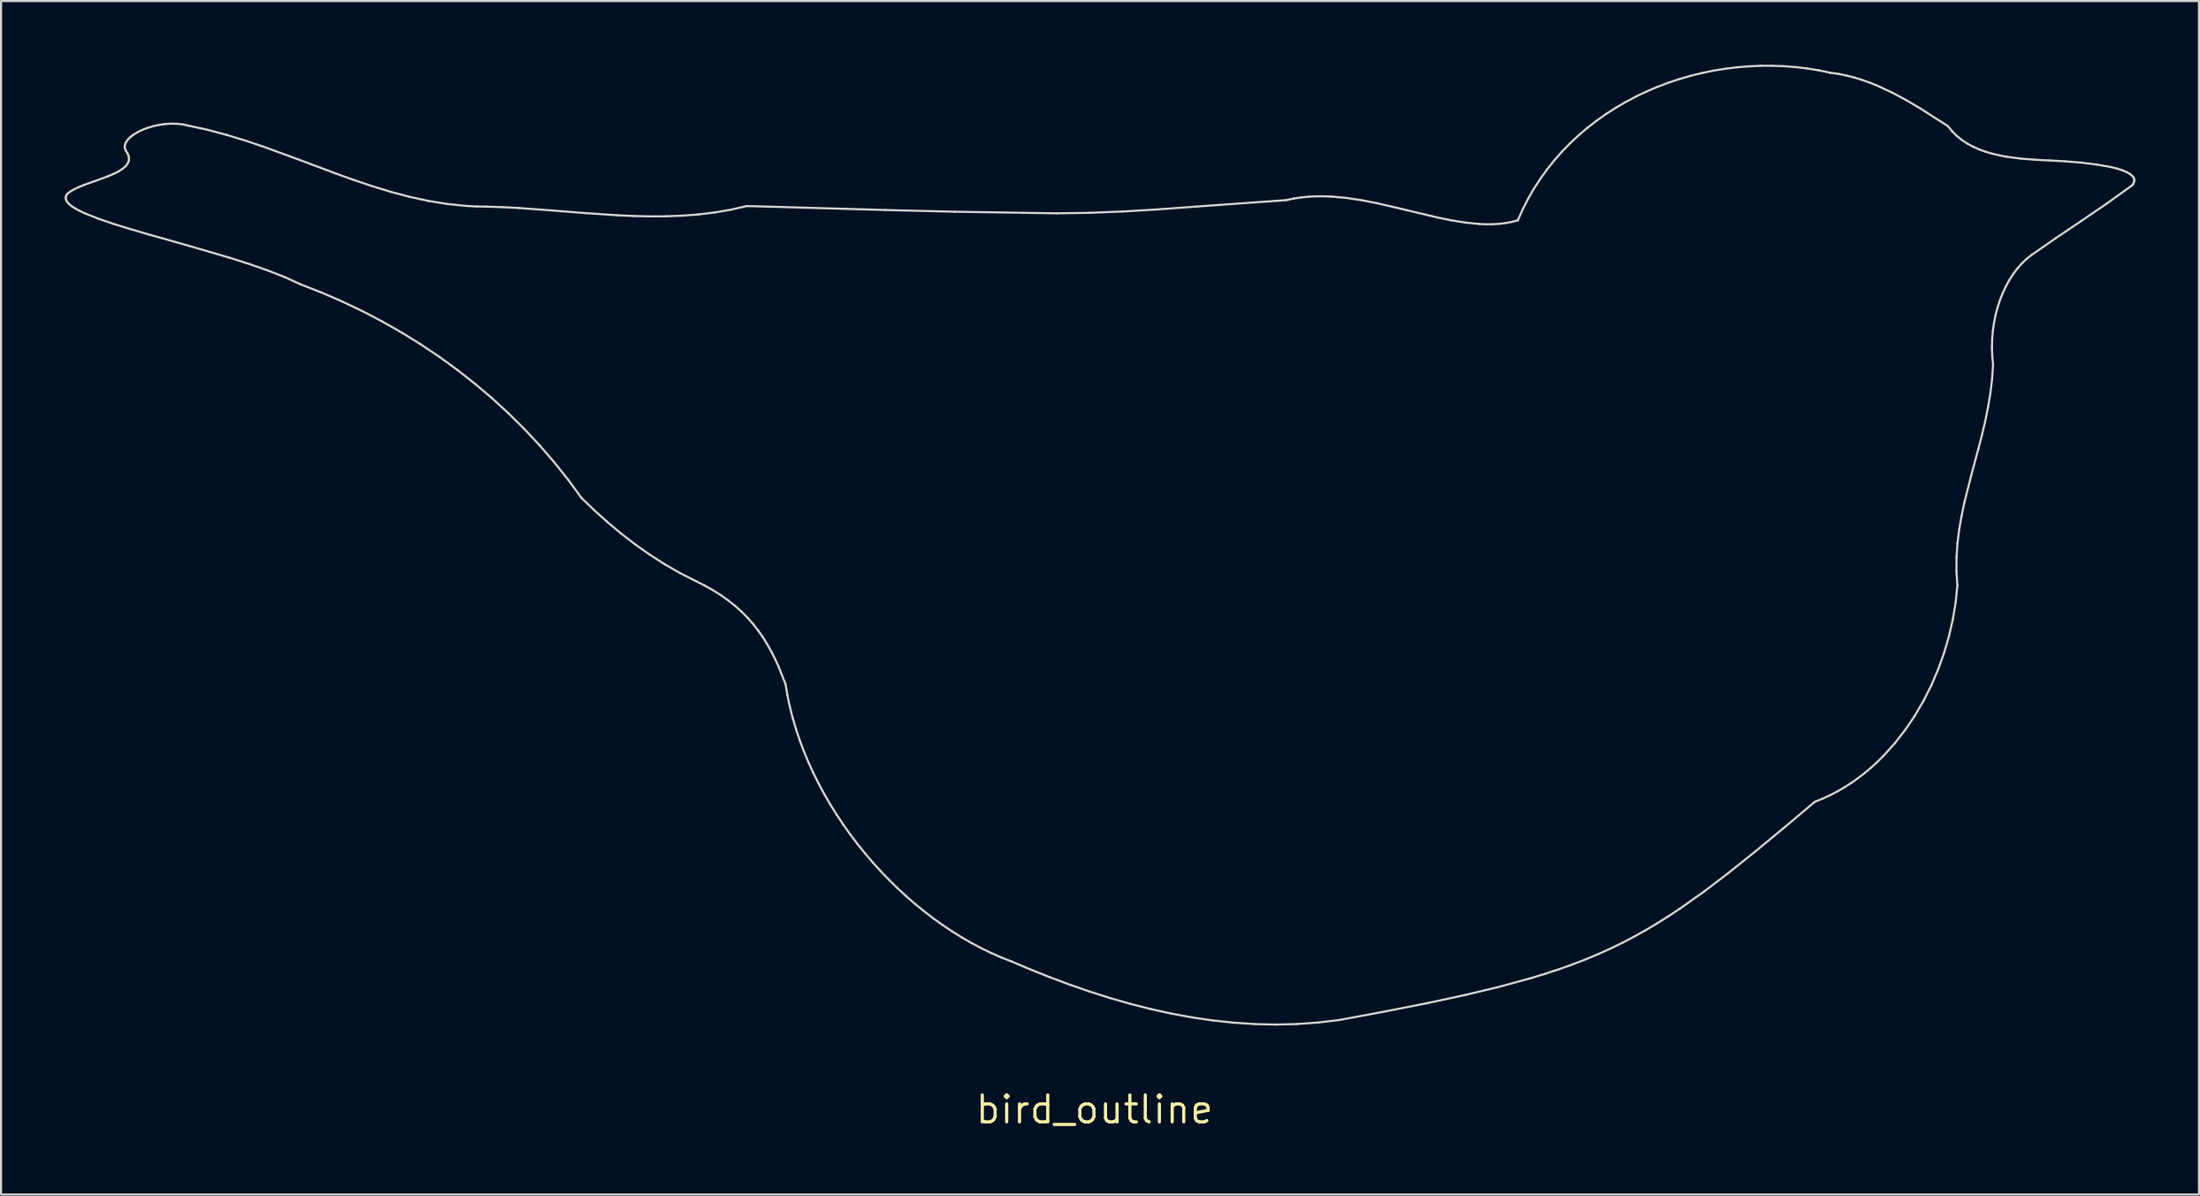
<source format=kicad_pcb>
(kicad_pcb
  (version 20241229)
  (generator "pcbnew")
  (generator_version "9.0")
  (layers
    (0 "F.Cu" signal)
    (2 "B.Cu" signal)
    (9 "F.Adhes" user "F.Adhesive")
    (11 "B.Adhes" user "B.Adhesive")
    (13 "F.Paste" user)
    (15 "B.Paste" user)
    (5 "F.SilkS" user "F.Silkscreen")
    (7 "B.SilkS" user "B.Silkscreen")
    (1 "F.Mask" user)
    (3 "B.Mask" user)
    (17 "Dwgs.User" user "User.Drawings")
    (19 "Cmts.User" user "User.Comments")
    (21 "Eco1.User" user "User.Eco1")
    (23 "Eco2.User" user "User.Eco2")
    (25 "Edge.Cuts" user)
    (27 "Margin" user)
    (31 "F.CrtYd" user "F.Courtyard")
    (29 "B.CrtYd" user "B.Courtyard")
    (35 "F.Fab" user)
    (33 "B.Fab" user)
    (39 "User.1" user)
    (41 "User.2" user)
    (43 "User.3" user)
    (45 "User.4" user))
  (footprint "bird_outline"
    (layer "F.Cu")
    (at 48.536 49.259)
    (property "Reference" "bird_outline" (at 0 0 0) (layer "F.SilkS") (effects (font (size 1.27 1.27) (thickness 0.15))))
    (attr through_hole)
    (fp_line (start -48.486 -42.932) (end -48.439 -42.819) (stroke (width 0.1) (type solid)) (layer "Edge.Cuts"))
    (fp_line (start -48.484 -43.044) (end -48.486 -42.932) (stroke (width 0.1) (type solid)) (layer "Edge.Cuts"))
    (fp_line (start -48.439 -42.819) (end -48.346 -42.706) (stroke (width 0.1) (type solid)) (layer "Edge.Cuts"))
    (fp_line (start -48.43 -43.155) (end -48.484 -43.044) (stroke (width 0.1) (type solid)) (layer "Edge.Cuts"))
    (fp_line (start -48.346 -42.706) (end -48.21 -42.591) (stroke (width 0.1) (type solid)) (layer "Edge.Cuts"))
    (fp_line (start -48.283 -43.274) (end -48.43 -43.155) (stroke (width 0.1) (type solid)) (layer "Edge.Cuts"))
    (fp_line (start -48.21 -42.591) (end -48.032 -42.476) (stroke (width 0.1) (type solid)) (layer "Edge.Cuts"))
    (fp_line (start -48.092 -43.386) (end -48.283 -43.274) (stroke (width 0.1) (type solid)) (layer "Edge.Cuts"))
    (fp_line (start -48.032 -42.476) (end -47.816 -42.359) (stroke (width 0.1) (type solid)) (layer "Edge.Cuts"))
    (fp_line (start -47.865 -43.492) (end -48.092 -43.386) (stroke (width 0.1) (type solid)) (layer "Edge.Cuts"))
    (fp_line (start -47.816 -42.359) (end -47.565 -42.242) (stroke (width 0.1) (type solid)) (layer "Edge.Cuts"))
    (fp_line (start -47.611 -43.594) (end -47.865 -43.492) (stroke (width 0.1) (type solid)) (layer "Edge.Cuts"))
    (fp_line (start -47.565 -42.242) (end -46.964 -42.003) (stroke (width 0.1) (type solid)) (layer "Edge.Cuts"))
    (fp_line (start -47.056 -43.793) (end -47.611 -43.594) (stroke (width 0.1) (type solid)) (layer "Edge.Cuts"))
    (fp_line (start -46.964 -42.003) (end -46.25 -41.759) (stroke (width 0.1) (type solid)) (layer "Edge.Cuts"))
    (fp_line (start -46.499 -43.998) (end -47.056 -43.793) (stroke (width 0.1) (type solid)) (layer "Edge.Cuts"))
    (fp_line (start -46.25 -41.759) (end -45.444 -41.509) (stroke (width 0.1) (type solid)) (layer "Edge.Cuts"))
    (fp_line (start -46.241 -44.107) (end -46.499 -43.998) (stroke (width 0.1) (type solid)) (layer "Edge.Cuts"))
    (fp_line (start -46.008 -44.224) (end -46.241 -44.107) (stroke (width 0.1) (type solid)) (layer "Edge.Cuts"))
    (fp_line (start -45.81 -44.349) (end -46.008 -44.224) (stroke (width 0.1) (type solid)) (layer "Edge.Cuts"))
    (fp_line (start -45.706 -45.437) (end -45.698 -45.304) (stroke (width 0.1) (type solid)) (layer "Edge.Cuts"))
    (fp_line (start -45.698 -45.304) (end -45.637 -45.174) (stroke (width 0.1) (type solid)) (layer "Edge.Cuts"))
    (fp_line (start -45.665 -45.572) (end -45.706 -45.437) (stroke (width 0.1) (type solid)) (layer "Edge.Cuts"))
    (fp_line (start -45.654 -44.485) (end -45.81 -44.349) (stroke (width 0.1) (type solid)) (layer "Edge.Cuts"))
    (fp_line (start -45.637 -45.174) (end -45.575 -45.073) (stroke (width 0.1) (type solid)) (layer "Edge.Cuts"))
    (fp_line (start -45.58 -45.705) (end -45.665 -45.572) (stroke (width 0.1) (type solid)) (layer "Edge.Cuts"))
    (fp_line (start -45.575 -45.073) (end -45.533 -44.977) (stroke (width 0.1) (type solid)) (layer "Edge.Cuts"))
    (fp_line (start -45.551 -44.634) (end -45.654 -44.485) (stroke (width 0.1) (type solid)) (layer "Edge.Cuts"))
    (fp_line (start -45.533 -44.977) (end -45.511 -44.885) (stroke (width 0.1) (type solid)) (layer "Edge.Cuts"))
    (fp_line (start -45.521 -44.714) (end -45.551 -44.634) (stroke (width 0.1) (type solid)) (layer "Edge.Cuts"))
    (fp_line (start -45.511 -44.885) (end -45.507 -44.797) (stroke (width 0.1) (type solid)) (layer "Edge.Cuts"))
    (fp_line (start -45.507 -44.797) (end -45.521 -44.714) (stroke (width 0.1) (type solid)) (layer "Edge.Cuts"))
    (fp_line (start -45.455 -45.836) (end -45.58 -45.705) (stroke (width 0.1) (type solid)) (layer "Edge.Cuts"))
    (fp_line (start -45.444 -41.509) (end -44.566 -41.253) (stroke (width 0.1) (type solid)) (layer "Edge.Cuts"))
    (fp_line (start -45.295 -45.96) (end -45.455 -45.836) (stroke (width 0.1) (type solid)) (layer "Edge.Cuts"))
    (fp_line (start -45.103 -46.077) (end -45.295 -45.96) (stroke (width 0.1) (type solid)) (layer "Edge.Cuts"))
    (fp_line (start -44.884 -46.183) (end -45.103 -46.077) (stroke (width 0.1) (type solid)) (layer "Edge.Cuts"))
    (fp_line (start -44.643 -46.277) (end -44.884 -46.183) (stroke (width 0.1) (type solid)) (layer "Edge.Cuts"))
    (fp_line (start -44.566 -41.253) (end -42.677 -40.718) (stroke (width 0.1) (type solid)) (layer "Edge.Cuts"))
    (fp_line (start -44.384 -46.355) (end -44.643 -46.277) (stroke (width 0.1) (type solid)) (layer "Edge.Cuts"))
    (fp_line (start -44.111 -46.417) (end -44.384 -46.355) (stroke (width 0.1) (type solid)) (layer "Edge.Cuts"))
    (fp_line (start -43.829 -46.459) (end -44.111 -46.417) (stroke (width 0.1) (type solid)) (layer "Edge.Cuts"))
    (fp_line (start -43.541 -46.478) (end -43.829 -46.459) (stroke (width 0.1) (type solid)) (layer "Edge.Cuts"))
    (fp_line (start -43.254 -46.474) (end -43.541 -46.478) (stroke (width 0.1) (type solid)) (layer "Edge.Cuts"))
    (fp_line (start -42.97 -46.443) (end -43.254 -46.474) (stroke (width 0.1) (type solid)) (layer "Edge.Cuts"))
    (fp_line (start -42.694 -46.383) (end -42.97 -46.443) (stroke (width 0.1) (type solid)) (layer "Edge.Cuts"))
    (fp_line (start -42.677 -40.718) (end -40.746 -40.152) (stroke (width 0.1) (type solid)) (layer "Edge.Cuts"))
    (fp_line (start -41.799 -46.188) (end -42.694 -46.383) (stroke (width 0.1) (type solid)) (layer "Edge.Cuts"))
    (fp_line (start -40.916 -45.953) (end -41.799 -46.188) (stroke (width 0.1) (type solid)) (layer "Edge.Cuts"))
    (fp_line (start -40.746 -40.152) (end -39.817 -39.855) (stroke (width 0.1) (type solid)) (layer "Edge.Cuts"))
    (fp_line (start -40.043 -45.687) (end -40.916 -45.953) (stroke (width 0.1) (type solid)) (layer "Edge.Cuts"))
    (fp_line (start -39.817 -39.855) (end -38.938 -39.548) (stroke (width 0.1) (type solid)) (layer "Edge.Cuts"))
    (fp_line (start -39.177 -45.396) (end -40.043 -45.687) (stroke (width 0.1) (type solid)) (layer "Edge.Cuts"))
    (fp_line (start -38.938 -39.548) (end -38.132 -39.23) (stroke (width 0.1) (type solid)) (layer "Edge.Cuts"))
    (fp_line (start -38.132 -39.23) (end -37.418 -38.902) (stroke (width 0.1) (type solid)) (layer "Edge.Cuts"))
    (fp_line (start -37.462 -44.768) (end -39.177 -45.396) (stroke (width 0.1) (type solid)) (layer "Edge.Cuts"))
    (fp_line (start -37.418 -38.902) (end -36.431 -38.517) (stroke (width 0.1) (type solid)) (layer "Edge.Cuts"))
    (fp_line (start -36.431 -38.517) (end -35.46 -38.096) (stroke (width 0.1) (type solid)) (layer "Edge.Cuts"))
    (fp_line (start -35.753 -44.126) (end -37.462 -44.768) (stroke (width 0.1) (type solid)) (layer "Edge.Cuts"))
    (fp_line (start -35.46 -38.096) (end -34.506 -37.641) (stroke (width 0.1) (type solid)) (layer "Edge.Cuts"))
    (fp_line (start -34.896 -43.819) (end -35.753 -44.126) (stroke (width 0.1) (type solid)) (layer "Edge.Cuts"))
    (fp_line (start -34.506 -37.641) (end -33.57 -37.152) (stroke (width 0.1) (type solid)) (layer "Edge.Cuts"))
    (fp_line (start -34.035 -43.529) (end -34.896 -43.819) (stroke (width 0.1) (type solid)) (layer "Edge.Cuts"))
    (fp_line (start -33.57 -37.152) (end -32.653 -36.63) (stroke (width 0.1) (type solid)) (layer "Edge.Cuts"))
    (fp_line (start -33.166 -43.264) (end -34.035 -43.529) (stroke (width 0.1) (type solid)) (layer "Edge.Cuts"))
    (fp_line (start -32.653 -36.63) (end -31.757 -36.075) (stroke (width 0.1) (type solid)) (layer "Edge.Cuts"))
    (fp_line (start -32.29 -43.031) (end -33.166 -43.264) (stroke (width 0.1) (type solid)) (layer "Edge.Cuts"))
    (fp_line (start -31.757 -36.075) (end -30.882 -35.488) (stroke (width 0.1) (type solid)) (layer "Edge.Cuts"))
    (fp_line (start -31.402 -42.838) (end -32.29 -43.031) (stroke (width 0.1) (type solid)) (layer "Edge.Cuts"))
    (fp_line (start -30.882 -35.488) (end -30.03 -34.869) (stroke (width 0.1) (type solid)) (layer "Edge.Cuts"))
    (fp_line (start -30.502 -42.692) (end -31.402 -42.838) (stroke (width 0.1) (type solid)) (layer "Edge.Cuts"))
    (fp_line (start -30.03 -34.869) (end -29.203 -34.218) (stroke (width 0.1) (type solid)) (layer "Edge.Cuts"))
    (fp_line (start -29.587 -42.599) (end -30.502 -42.692) (stroke (width 0.1) (type solid)) (layer "Edge.Cuts"))
    (fp_line (start -29.203 -34.218) (end -28.4 -33.537) (stroke (width 0.1) (type solid)) (layer "Edge.Cuts"))
    (fp_line (start -29.123 -42.575) (end -29.587 -42.599) (stroke (width 0.1) (type solid)) (layer "Edge.Cuts"))
    (fp_line (start -28.655 -42.567) (end -29.123 -42.575) (stroke (width 0.1) (type solid)) (layer "Edge.Cuts"))
    (fp_line (start -28.4 -33.537) (end -27.623 -32.826) (stroke (width 0.1) (type solid)) (layer "Edge.Cuts"))
    (fp_line (start -27.89 -42.542) (end -28.655 -42.567) (stroke (width 0.1) (type solid)) (layer "Edge.Cuts"))
    (fp_line (start -27.623 -32.826) (end -26.875 -32.085) (stroke (width 0.1) (type solid)) (layer "Edge.Cuts"))
    (fp_line (start -27.122 -42.501) (end -27.89 -42.542) (stroke (width 0.1) (type solid)) (layer "Edge.Cuts"))
    (fp_line (start -26.875 -32.085) (end -26.155 -31.314) (stroke (width 0.1) (type solid)) (layer "Edge.Cuts"))
    (fp_line (start -26.155 -31.314) (end -25.465 -30.515) (stroke (width 0.1) (type solid)) (layer "Edge.Cuts"))
    (fp_line (start -25.581 -42.389) (end -27.122 -42.501) (stroke (width 0.1) (type solid)) (layer "Edge.Cuts"))
    (fp_line (start -25.465 -30.515) (end -24.806 -29.688) (stroke (width 0.1) (type solid)) (layer "Edge.Cuts"))
    (fp_line (start -24.806 -29.688) (end -24.18 -28.833) (stroke (width 0.1) (type solid)) (layer "Edge.Cuts"))
    (fp_line (start -24.18 -28.833) (end -23.582 -28.257) (stroke (width 0.1) (type solid)) (layer "Edge.Cuts"))
    (fp_line (start -24.037 -42.265) (end -25.581 -42.389) (stroke (width 0.1) (type solid)) (layer "Edge.Cuts"))
    (fp_line (start -23.582 -28.257) (end -22.962 -27.698) (stroke (width 0.1) (type solid)) (layer "Edge.Cuts"))
    (fp_line (start -22.962 -27.698) (end -22.318 -27.16) (stroke (width 0.1) (type solid)) (layer "Edge.Cuts"))
    (fp_line (start -22.493 -42.16) (end -24.037 -42.265) (stroke (width 0.1) (type solid)) (layer "Edge.Cuts"))
    (fp_line (start -22.318 -27.16) (end -21.653 -26.646) (stroke (width 0.1) (type solid)) (layer "Edge.Cuts"))
    (fp_line (start -21.722 -42.125) (end -22.493 -42.16) (stroke (width 0.1) (type solid)) (layer "Edge.Cuts"))
    (fp_line (start -21.653 -26.646) (end -20.967 -26.161) (stroke (width 0.1) (type solid)) (layer "Edge.Cuts"))
    (fp_line (start -20.967 -26.161) (end -20.262 -25.709) (stroke (width 0.1) (type solid)) (layer "Edge.Cuts"))
    (fp_line (start -20.953 -42.108) (end -21.722 -42.125) (stroke (width 0.1) (type solid)) (layer "Edge.Cuts"))
    (fp_line (start -20.262 -25.709) (end -19.539 -25.293) (stroke (width 0.1) (type solid)) (layer "Edge.Cuts"))
    (fp_line (start -20.186 -42.112) (end -20.953 -42.108) (stroke (width 0.1) (type solid)) (layer "Edge.Cuts"))
    (fp_line (start -19.539 -25.293) (end -18.798 -24.917) (stroke (width 0.1) (type solid)) (layer "Edge.Cuts"))
    (fp_line (start -19.421 -42.141) (end -20.186 -42.112) (stroke (width 0.1) (type solid)) (layer "Edge.Cuts"))
    (fp_line (start -18.798 -24.917) (end -18.369 -24.701) (stroke (width 0.1) (type solid)) (layer "Edge.Cuts"))
    (fp_line (start -18.659 -42.2) (end -19.421 -42.141) (stroke (width 0.1) (type solid)) (layer "Edge.Cuts"))
    (fp_line (start -18.369 -24.701) (end -17.968 -24.475) (stroke (width 0.1) (type solid)) (layer "Edge.Cuts"))
    (fp_line (start -17.968 -24.475) (end -17.595 -24.239) (stroke (width 0.1) (type solid)) (layer "Edge.Cuts"))
    (fp_line (start -17.9 -42.293) (end -18.659 -42.2) (stroke (width 0.1) (type solid)) (layer "Edge.Cuts"))
    (fp_line (start -17.595 -24.239) (end -17.248 -23.991) (stroke (width 0.1) (type solid)) (layer "Edge.Cuts"))
    (fp_line (start -17.248 -23.991) (end -16.925 -23.732) (stroke (width 0.1) (type solid)) (layer "Edge.Cuts"))
    (fp_line (start -17.146 -42.423) (end -17.9 -42.293) (stroke (width 0.1) (type solid)) (layer "Edge.Cuts"))
    (fp_line (start -16.925 -23.732) (end -16.626 -23.462) (stroke (width 0.1) (type solid)) (layer "Edge.Cuts"))
    (fp_line (start -16.626 -23.462) (end -16.348 -23.18) (stroke (width 0.1) (type solid)) (layer "Edge.Cuts"))
    (fp_line (start -16.395 -42.595) (end -17.146 -42.423) (stroke (width 0.1) (type solid)) (layer "Edge.Cuts"))
    (fp_line (start -16.348 -23.18) (end -16.09 -22.886) (stroke (width 0.1) (type solid)) (layer "Edge.Cuts"))
    (fp_line (start -16.09 -22.886) (end -15.851 -22.579) (stroke (width 0.1) (type solid)) (layer "Edge.Cuts"))
    (fp_line (start -15.851 -22.579) (end -15.628 -22.259) (stroke (width 0.1) (type solid)) (layer "Edge.Cuts"))
    (fp_line (start -15.628 -22.259) (end -15.421 -21.927) (stroke (width 0.1) (type solid)) (layer "Edge.Cuts"))
    (fp_line (start -15.421 -21.927) (end -15.229 -21.581) (stroke (width 0.1) (type solid)) (layer "Edge.Cuts"))
    (fp_line (start -15.229 -21.581) (end -15.048 -21.221) (stroke (width 0.1) (type solid)) (layer "Edge.Cuts"))
    (fp_line (start -15.048 -21.221) (end -14.879 -20.848) (stroke (width 0.1) (type solid)) (layer "Edge.Cuts"))
    (fp_line (start -14.879 -20.848) (end -14.566 -20.059) (stroke (width 0.1) (type solid)) (layer "Edge.Cuts"))
    (fp_line (start -14.566 -20.059) (end -14.475 -19.523) (stroke (width 0.1) (type solid)) (layer "Edge.Cuts"))
    (fp_line (start -14.475 -19.523) (end -14.361 -18.99) (stroke (width 0.1) (type solid)) (layer "Edge.Cuts"))
    (fp_line (start -14.361 -18.99) (end -14.227 -18.459) (stroke (width 0.1) (type solid)) (layer "Edge.Cuts"))
    (fp_line (start -14.227 -18.459) (end -14.071 -17.931) (stroke (width 0.1) (type solid)) (layer "Edge.Cuts"))
    (fp_line (start -14.071 -17.931) (end -13.895 -17.407) (stroke (width 0.1) (type solid)) (layer "Edge.Cuts"))
    (fp_line (start -13.895 -17.407) (end -13.7 -16.888) (stroke (width 0.1) (type solid)) (layer "Edge.Cuts"))
    (fp_line (start -13.7 -16.888) (end -13.486 -16.374) (stroke (width 0.1) (type solid)) (layer "Edge.Cuts"))
    (fp_line (start -13.486 -16.374) (end -13.254 -15.866) (stroke (width 0.1) (type solid)) (layer "Edge.Cuts"))
    (fp_line (start -13.254 -15.866) (end -13.004 -15.364) (stroke (width 0.1) (type solid)) (layer "Edge.Cuts"))
    (fp_line (start -13.004 -15.364) (end -12.737 -14.868) (stroke (width 0.1) (type solid)) (layer "Edge.Cuts"))
    (fp_line (start -12.737 -14.868) (end -12.454 -14.381) (stroke (width 0.1) (type solid)) (layer "Edge.Cuts"))
    (fp_line (start -12.454 -14.381) (end -12.156 -13.902) (stroke (width 0.1) (type solid)) (layer "Edge.Cuts"))
    (fp_line (start -12.156 -13.902) (end -11.842 -13.431) (stroke (width 0.1) (type solid)) (layer "Edge.Cuts"))
    (fp_line (start -11.842 -13.431) (end -11.515 -12.97) (stroke (width 0.1) (type solid)) (layer "Edge.Cuts"))
    (fp_line (start -11.515 -12.97) (end -11.174 -12.519) (stroke (width 0.1) (type solid)) (layer "Edge.Cuts"))
    (fp_line (start -11.174 -12.519) (end -10.819 -12.079) (stroke (width 0.1) (type solid)) (layer "Edge.Cuts"))
    (fp_line (start -10.819 -12.079) (end -10.453 -11.649) (stroke (width 0.1) (type solid)) (layer "Edge.Cuts"))
    (fp_line (start -10.453 -11.649) (end -10.075 -11.232) (stroke (width 0.1) (type solid)) (layer "Edge.Cuts"))
    (fp_line (start -10.075 -11.232) (end -9.686 -10.828) (stroke (width 0.1) (type solid)) (layer "Edge.Cuts"))
    (fp_line (start -9.861 -42.409) (end -16.395 -42.595) (stroke (width 0.1) (type solid)) (layer "Edge.Cuts"))
    (fp_line (start -9.686 -10.828) (end -9.287 -10.436) (stroke (width 0.1) (type solid)) (layer "Edge.Cuts"))
    (fp_line (start -9.287 -10.436) (end -8.878 -10.058) (stroke (width 0.1) (type solid)) (layer "Edge.Cuts"))
    (fp_line (start -8.878 -10.058) (end -8.46 -9.695) (stroke (width 0.1) (type solid)) (layer "Edge.Cuts"))
    (fp_line (start -8.46 -9.695) (end -8.033 -9.346) (stroke (width 0.1) (type solid)) (layer "Edge.Cuts"))
    (fp_line (start -8.033 -9.346) (end -7.599 -9.013) (stroke (width 0.1) (type solid)) (layer "Edge.Cuts"))
    (fp_line (start -7.599 -9.013) (end -7.158 -8.697) (stroke (width 0.1) (type solid)) (layer "Edge.Cuts"))
    (fp_line (start -7.158 -8.697) (end -6.71 -8.397) (stroke (width 0.1) (type solid)) (layer "Edge.Cuts"))
    (fp_line (start -6.71 -8.397) (end -6.256 -8.115) (stroke (width 0.1) (type solid)) (layer "Edge.Cuts"))
    (fp_line (start -6.596 -42.328) (end -9.861 -42.409) (stroke (width 0.1) (type solid)) (layer "Edge.Cuts"))
    (fp_line (start -6.256 -8.115) (end -5.798 -7.85) (stroke (width 0.1) (type solid)) (layer "Edge.Cuts"))
    (fp_line (start -5.798 -7.85) (end -5.335 -7.605) (stroke (width 0.1) (type solid)) (layer "Edge.Cuts"))
    (fp_line (start -5.335 -7.605) (end -4.868 -7.379) (stroke (width 0.1) (type solid)) (layer "Edge.Cuts"))
    (fp_line (start -4.868 -7.379) (end -4.398 -7.172) (stroke (width 0.1) (type solid)) (layer "Edge.Cuts"))
    (fp_line (start -4.398 -7.172) (end -3.926 -6.986) (stroke (width 0.1) (type solid)) (layer "Edge.Cuts"))
    (fp_line (start -3.926 -6.986) (end -3.011 -6.6) (stroke (width 0.1) (type solid)) (layer "Edge.Cuts"))
    (fp_line (start -3.331 -42.277) (end -6.596 -42.328) (stroke (width 0.1) (type solid)) (layer "Edge.Cuts"))
    (fp_line (start -3.011 -6.6) (end -2.087 -6.231) (stroke (width 0.1) (type solid)) (layer "Edge.Cuts"))
    (fp_line (start -2.087 -6.231) (end -1.155 -5.883) (stroke (width 0.1) (type solid)) (layer "Edge.Cuts"))
    (fp_line (start -1.785 -42.252) (end -3.331 -42.277) (stroke (width 0.1) (type solid)) (layer "Edge.Cuts"))
    (fp_line (start -1.155 -5.883) (end -0.214 -5.557) (stroke (width 0.1) (type solid)) (layer "Edge.Cuts"))
    (fp_line (start -0.24 -42.276) (end -1.785 -42.252) (stroke (width 0.1) (type solid)) (layer "Edge.Cuts"))
    (fp_line (start -0.214 -5.557) (end 0.734 -5.256) (stroke (width 0.1) (type solid)) (layer "Edge.Cuts"))
    (fp_line (start 0.734 -5.256) (end 1.689 -4.982) (stroke (width 0.1) (type solid)) (layer "Edge.Cuts"))
    (fp_line (start 1.304 -42.338) (end -0.24 -42.276) (stroke (width 0.1) (type solid)) (layer "Edge.Cuts"))
    (fp_line (start 1.689 -4.982) (end 2.651 -4.737) (stroke (width 0.1) (type solid)) (layer "Edge.Cuts"))
    (fp_line (start 2.651 -4.737) (end 3.618 -4.524) (stroke (width 0.1) (type solid)) (layer "Edge.Cuts"))
    (fp_line (start 2.848 -42.428) (end 1.304 -42.338) (stroke (width 0.1) (type solid)) (layer "Edge.Cuts"))
    (fp_line (start 3.618 -4.524) (end 4.591 -4.345) (stroke (width 0.1) (type solid)) (layer "Edge.Cuts"))
    (fp_line (start 4.591 -4.345) (end 5.57 -4.201) (stroke (width 0.1) (type solid)) (layer "Edge.Cuts"))
    (fp_line (start 5.57 -4.201) (end 6.553 -4.096) (stroke (width 0.1) (type solid)) (layer "Edge.Cuts"))
    (fp_line (start 5.941 -42.654) (end 2.848 -42.428) (stroke (width 0.1) (type solid)) (layer "Edge.Cuts"))
    (fp_line (start 6.553 -4.096) (end 7.539 -4.03) (stroke (width 0.1) (type solid)) (layer "Edge.Cuts"))
    (fp_line (start 7.539 -4.03) (end 8.53 -4.008) (stroke (width 0.1) (type solid)) (layer "Edge.Cuts"))
    (fp_line (start 8.53 -4.008) (end 9.523 -4.031) (stroke (width 0.1) (type solid)) (layer "Edge.Cuts"))
    (fp_line (start 9.045 -42.875) (end 5.941 -42.654) (stroke (width 0.1) (type solid)) (layer "Edge.Cuts"))
    (fp_line (start 9.391 -42.949) (end 9.045 -42.875) (stroke (width 0.1) (type solid)) (layer "Edge.Cuts"))
    (fp_line (start 9.523 -4.031) (end 10.518 -4.101) (stroke (width 0.1) (type solid)) (layer "Edge.Cuts"))
    (fp_line (start 9.741 -43.002) (end 9.391 -42.949) (stroke (width 0.1) (type solid)) (layer "Edge.Cuts"))
    (fp_line (start 10.092 -43.037) (end 9.741 -43.002) (stroke (width 0.1) (type solid)) (layer "Edge.Cuts"))
    (fp_line (start 10.446 -43.055) (end 10.092 -43.037) (stroke (width 0.1) (type solid)) (layer "Edge.Cuts"))
    (fp_line (start 10.518 -4.101) (end 11.516 -4.22) (stroke (width 0.1) (type solid)) (layer "Edge.Cuts"))
    (fp_line (start 10.801 -43.056) (end 10.446 -43.055) (stroke (width 0.1) (type solid)) (layer "Edge.Cuts"))
    (fp_line (start 11.158 -43.043) (end 10.801 -43.056) (stroke (width 0.1) (type solid)) (layer "Edge.Cuts"))
    (fp_line (start 11.516 -4.22) (end 13.736 -4.634) (stroke (width 0.1) (type solid)) (layer "Edge.Cuts"))
    (fp_line (start 11.875 -42.977) (end 11.158 -43.043) (stroke (width 0.1) (type solid)) (layer "Edge.Cuts"))
    (fp_line (start 12.594 -42.869) (end 11.875 -42.977) (stroke (width 0.1) (type solid)) (layer "Edge.Cuts"))
    (fp_line (start 13.313 -42.729) (end 12.594 -42.869) (stroke (width 0.1) (type solid)) (layer "Edge.Cuts"))
    (fp_line (start 13.736 -4.634) (end 15.728 -5.028) (stroke (width 0.1) (type solid)) (layer "Edge.Cuts"))
    (fp_line (start 14.739 -42.395) (end 13.313 -42.729) (stroke (width 0.1) (type solid)) (layer "Edge.Cuts"))
    (fp_line (start 15.728 -5.028) (end 17.517 -5.414) (stroke (width 0.1) (type solid)) (layer "Edge.Cuts"))
    (fp_line (start 16.136 -42.061) (end 14.739 -42.395) (stroke (width 0.1) (type solid)) (layer "Edge.Cuts"))
    (fp_line (start 16.817 -41.921) (end 16.136 -42.061) (stroke (width 0.1) (type solid)) (layer "Edge.Cuts"))
    (fp_line (start 17.482 -41.814) (end 16.817 -41.921) (stroke (width 0.1) (type solid)) (layer "Edge.Cuts"))
    (fp_line (start 17.517 -5.414) (end 19.128 -5.802) (stroke (width 0.1) (type solid)) (layer "Edge.Cuts"))
    (fp_line (start 18.13 -41.749) (end 17.482 -41.814) (stroke (width 0.1) (type solid)) (layer "Edge.Cuts"))
    (fp_line (start 18.447 -41.736) (end 18.13 -41.749) (stroke (width 0.1) (type solid)) (layer "Edge.Cuts"))
    (fp_line (start 18.759 -41.738) (end 18.447 -41.736) (stroke (width 0.1) (type solid)) (layer "Edge.Cuts"))
    (fp_line (start 19.065 -41.756) (end 18.759 -41.738) (stroke (width 0.1) (type solid)) (layer "Edge.Cuts"))
    (fp_line (start 19.128 -5.802) (end 20.587 -6.203) (stroke (width 0.1) (type solid)) (layer "Edge.Cuts"))
    (fp_line (start 19.365 -41.792) (end 19.065 -41.756) (stroke (width 0.1) (type solid)) (layer "Edge.Cuts"))
    (fp_line (start 19.659 -41.846) (end 19.365 -41.792) (stroke (width 0.1) (type solid)) (layer "Edge.Cuts"))
    (fp_line (start 19.946 -41.921) (end 19.659 -41.846) (stroke (width 0.1) (type solid)) (layer "Edge.Cuts"))
    (fp_line (start 20.177 -42.439) (end 19.946 -41.921) (stroke (width 0.1) (type solid)) (layer "Edge.Cuts"))
    (fp_line (start 20.433 -42.94) (end 20.177 -42.439) (stroke (width 0.1) (type solid)) (layer "Edge.Cuts"))
    (fp_line (start 20.587 -6.203) (end 21.267 -6.411) (stroke (width 0.1) (type solid)) (layer "Edge.Cuts"))
    (fp_line (start 20.711 -43.423) (end 20.433 -42.94) (stroke (width 0.1) (type solid)) (layer "Edge.Cuts"))
    (fp_line (start 21.012 -43.888) (end 20.711 -43.423) (stroke (width 0.1) (type solid)) (layer "Edge.Cuts"))
    (fp_line (start 21.267 -6.411) (end 21.92 -6.627) (stroke (width 0.1) (type solid)) (layer "Edge.Cuts"))
    (fp_line (start 21.335 -44.335) (end 21.012 -43.888) (stroke (width 0.1) (type solid)) (layer "Edge.Cuts"))
    (fp_line (start 21.678 -44.764) (end 21.335 -44.335) (stroke (width 0.1) (type solid)) (layer "Edge.Cuts"))
    (fp_line (start 21.92 -6.627) (end 22.547 -6.851) (stroke (width 0.1) (type solid)) (layer "Edge.Cuts"))
    (fp_line (start 22.04 -45.174) (end 21.678 -44.764) (stroke (width 0.1) (type solid)) (layer "Edge.Cuts"))
    (fp_line (start 22.421 -45.565) (end 22.04 -45.174) (stroke (width 0.1) (type solid)) (layer "Edge.Cuts"))
    (fp_line (start 22.547 -6.851) (end 23.152 -7.085) (stroke (width 0.1) (type solid)) (layer "Edge.Cuts"))
    (fp_line (start 22.82 -45.937) (end 22.421 -45.565) (stroke (width 0.1) (type solid)) (layer "Edge.Cuts"))
    (fp_line (start 23.152 -7.085) (end 23.739 -7.331) (stroke (width 0.1) (type solid)) (layer "Edge.Cuts"))
    (fp_line (start 23.235 -46.29) (end 22.82 -45.937) (stroke (width 0.1) (type solid)) (layer "Edge.Cuts"))
    (fp_line (start 23.666 -46.624) (end 23.235 -46.29) (stroke (width 0.1) (type solid)) (layer "Edge.Cuts"))
    (fp_line (start 23.739 -7.331) (end 24.309 -7.588) (stroke (width 0.1) (type solid)) (layer "Edge.Cuts"))
    (fp_line (start 24.111 -46.939) (end 23.666 -46.624) (stroke (width 0.1) (type solid)) (layer "Edge.Cuts"))
    (fp_line (start 24.309 -7.588) (end 24.868 -7.86) (stroke (width 0.1) (type solid)) (layer "Edge.Cuts"))
    (fp_line (start 24.571 -47.234) (end 24.111 -46.939) (stroke (width 0.1) (type solid)) (layer "Edge.Cuts"))
    (fp_line (start 24.868 -7.86) (end 25.418 -8.147) (stroke (width 0.1) (type solid)) (layer "Edge.Cuts"))
    (fp_line (start 25.043 -47.509) (end 24.571 -47.234) (stroke (width 0.1) (type solid)) (layer "Edge.Cuts"))
    (fp_line (start 25.418 -8.147) (end 25.961 -8.451) (stroke (width 0.1) (type solid)) (layer "Edge.Cuts"))
    (fp_line (start 25.528 -47.765) (end 25.043 -47.509) (stroke (width 0.1) (type solid)) (layer "Edge.Cuts"))
    (fp_line (start 25.961 -8.451) (end 26.502 -8.772) (stroke (width 0.1) (type solid)) (layer "Edge.Cuts"))
    (fp_line (start 26.023 -48) (end 25.528 -47.765) (stroke (width 0.1) (type solid)) (layer "Edge.Cuts"))
    (fp_line (start 26.502 -8.772) (end 27.043 -9.113) (stroke (width 0.1) (type solid)) (layer "Edge.Cuts"))
    (fp_line (start 26.528 -48.215) (end 26.023 -48) (stroke (width 0.1) (type solid)) (layer "Edge.Cuts"))
    (fp_line (start 27.042 -48.409) (end 26.528 -48.215) (stroke (width 0.1) (type solid)) (layer "Edge.Cuts"))
    (fp_line (start 27.043 -9.113) (end 27.588 -9.474) (stroke (width 0.1) (type solid)) (layer "Edge.Cuts"))
    (fp_line (start 27.565 -48.583) (end 27.042 -48.409) (stroke (width 0.1) (type solid)) (layer "Edge.Cuts"))
    (fp_line (start 27.588 -9.474) (end 28.702 -10.263) (stroke (width 0.1) (type solid)) (layer "Edge.Cuts"))
    (fp_line (start 28.094 -48.736) (end 27.565 -48.583) (stroke (width 0.1) (type solid)) (layer "Edge.Cuts"))
    (fp_line (start 28.63 -48.868) (end 28.094 -48.736) (stroke (width 0.1) (type solid)) (layer "Edge.Cuts"))
    (fp_line (start 28.702 -10.263) (end 29.869 -11.151) (stroke (width 0.1) (type solid)) (layer "Edge.Cuts"))
    (fp_line (start 29.171 -48.979) (end 28.63 -48.868) (stroke (width 0.1) (type solid)) (layer "Edge.Cuts"))
    (fp_line (start 29.717 -49.068) (end 29.171 -48.979) (stroke (width 0.1) (type solid)) (layer "Edge.Cuts"))
    (fp_line (start 29.869 -11.151) (end 31.115 -12.148) (stroke (width 0.1) (type solid)) (layer "Edge.Cuts"))
    (fp_line (start 30.266 -49.136) (end 29.717 -49.068) (stroke (width 0.1) (type solid)) (layer "Edge.Cuts"))
    (fp_line (start 30.817 -49.182) (end 30.266 -49.136) (stroke (width 0.1) (type solid)) (layer "Edge.Cuts"))
    (fp_line (start 31.115 -12.148) (end 32.465 -13.264) (stroke (width 0.1) (type solid)) (layer "Edge.Cuts"))
    (fp_line (start 31.369 -49.207) (end 30.817 -49.182) (stroke (width 0.1) (type solid)) (layer "Edge.Cuts"))
    (fp_line (start 31.923 -49.209) (end 31.369 -49.207) (stroke (width 0.1) (type solid)) (layer "Edge.Cuts"))
    (fp_line (start 32.465 -13.264) (end 33.946 -14.511) (stroke (width 0.1) (type solid)) (layer "Edge.Cuts"))
    (fp_line (start 32.475 -49.189) (end 31.923 -49.209) (stroke (width 0.1) (type solid)) (layer "Edge.Cuts"))
    (fp_line (start 33.027 -49.147) (end 32.475 -49.189) (stroke (width 0.1) (type solid)) (layer "Edge.Cuts"))
    (fp_line (start 33.576 -49.082) (end 33.027 -49.147) (stroke (width 0.1) (type solid)) (layer "Edge.Cuts"))
    (fp_line (start 33.946 -14.511) (end 34.309 -14.657) (stroke (width 0.1) (type solid)) (layer "Edge.Cuts"))
    (fp_line (start 34.122 -48.994) (end 33.576 -49.082) (stroke (width 0.1) (type solid)) (layer "Edge.Cuts"))
    (fp_line (start 34.309 -14.657) (end 34.663 -14.82) (stroke (width 0.1) (type solid)) (layer "Edge.Cuts"))
    (fp_line (start 34.663 -14.82) (end 35.009 -15) (stroke (width 0.1) (type solid)) (layer "Edge.Cuts"))
    (fp_line (start 34.663 -48.883) (end 34.122 -48.994) (stroke (width 0.1) (type solid)) (layer "Edge.Cuts"))
    (fp_line (start 34.663 -48.883) (end 34.663 -48.883) (stroke (width 0.1) (type solid)) (layer "Edge.Cuts"))
    (fp_line (start 34.663 -48.883) (end 34.663 -48.883) (stroke (width 0.1) (type solid)) (layer "Edge.Cuts"))
    (fp_line (start 35.009 -15) (end 35.346 -15.196) (stroke (width 0.1) (type solid)) (layer "Edge.Cuts"))
    (fp_line (start 35.05 -48.827) (end 34.663 -48.883) (stroke (width 0.1) (type solid)) (layer "Edge.Cuts"))
    (fp_line (start 35.346 -15.196) (end 35.674 -15.408) (stroke (width 0.1) (type solid)) (layer "Edge.Cuts"))
    (fp_line (start 35.429 -48.75) (end 35.05 -48.827) (stroke (width 0.1) (type solid)) (layer "Edge.Cuts"))
    (fp_line (start 35.674 -15.408) (end 35.993 -15.634) (stroke (width 0.1) (type solid)) (layer "Edge.Cuts"))
    (fp_line (start 35.802 -48.655) (end 35.429 -48.75) (stroke (width 0.1) (type solid)) (layer "Edge.Cuts"))
    (fp_line (start 35.993 -15.634) (end 36.304 -15.874) (stroke (width 0.1) (type solid)) (layer "Edge.Cuts"))
    (fp_line (start 36.169 -48.542) (end 35.802 -48.655) (stroke (width 0.1) (type solid)) (layer "Edge.Cuts"))
    (fp_line (start 36.304 -15.874) (end 36.605 -16.128) (stroke (width 0.1) (type solid)) (layer "Edge.Cuts"))
    (fp_line (start 36.531 -48.414) (end 36.169 -48.542) (stroke (width 0.1) (type solid)) (layer "Edge.Cuts"))
    (fp_line (start 36.605 -16.128) (end 36.896 -16.395) (stroke (width 0.1) (type solid)) (layer "Edge.Cuts"))
    (fp_line (start 36.886 -48.271) (end 36.531 -48.414) (stroke (width 0.1) (type solid)) (layer "Edge.Cuts"))
    (fp_line (start 36.896 -16.395) (end 37.178 -16.674) (stroke (width 0.1) (type solid)) (layer "Edge.Cuts"))
    (fp_line (start 37.178 -16.674) (end 37.713 -17.268) (stroke (width 0.1) (type solid)) (layer "Edge.Cuts"))
    (fp_line (start 37.583 -47.947) (end 36.886 -48.271) (stroke (width 0.1) (type solid)) (layer "Edge.Cuts"))
    (fp_line (start 37.713 -17.268) (end 38.208 -17.903) (stroke (width 0.1) (type solid)) (layer "Edge.Cuts"))
    (fp_line (start 38.208 -17.903) (end 38.661 -18.575) (stroke (width 0.1) (type solid)) (layer "Edge.Cuts"))
    (fp_line (start 38.262 -47.583) (end 37.583 -47.947) (stroke (width 0.1) (type solid)) (layer "Edge.Cuts"))
    (fp_line (start 38.661 -18.575) (end 39.072 -19.28) (stroke (width 0.1) (type solid)) (layer "Edge.Cuts"))
    (fp_line (start 38.925 -47.19) (end 38.262 -47.583) (stroke (width 0.1) (type solid)) (layer "Edge.Cuts"))
    (fp_line (start 39.072 -19.28) (end 39.44 -20.012) (stroke (width 0.1) (type solid)) (layer "Edge.Cuts"))
    (fp_line (start 39.44 -20.012) (end 39.762 -20.766) (stroke (width 0.1) (type solid)) (layer "Edge.Cuts"))
    (fp_line (start 39.762 -20.766) (end 40.039 -21.538) (stroke (width 0.1) (type solid)) (layer "Edge.Cuts"))
    (fp_line (start 40.039 -21.538) (end 40.269 -22.323) (stroke (width 0.1) (type solid)) (layer "Edge.Cuts"))
    (fp_line (start 40.217 -46.362) (end 38.925 -47.19) (stroke (width 0.1) (type solid)) (layer "Edge.Cuts"))
    (fp_line (start 40.269 -22.323) (end 40.45 -23.115) (stroke (width 0.1) (type solid)) (layer "Edge.Cuts"))
    (fp_line (start 40.418 -46.116) (end 40.217 -46.362) (stroke (width 0.1) (type solid)) (layer "Edge.Cuts"))
    (fp_line (start 40.45 -23.115) (end 40.582 -23.911) (stroke (width 0.1) (type solid)) (layer "Edge.Cuts"))
    (fp_line (start 40.582 -23.911) (end 40.663 -24.704) (stroke (width 0.1) (type solid)) (layer "Edge.Cuts"))
    (fp_line (start 40.619 -25.382) (end 40.623 -26.048) (stroke (width 0.1) (type solid)) (layer "Edge.Cuts"))
    (fp_line (start 40.623 -26.048) (end 40.668 -26.702) (stroke (width 0.1) (type solid)) (layer "Edge.Cuts"))
    (fp_line (start 40.64 -45.897) (end 40.418 -46.116) (stroke (width 0.1) (type solid)) (layer "Edge.Cuts"))
    (fp_line (start 40.663 -24.704) (end 40.619 -25.382) (stroke (width 0.1) (type solid)) (layer "Edge.Cuts"))
    (fp_line (start 40.668 -26.702) (end 40.748 -27.348) (stroke (width 0.1) (type solid)) (layer "Edge.Cuts"))
    (fp_line (start 40.748 -27.348) (end 40.859 -27.987) (stroke (width 0.1) (type solid)) (layer "Edge.Cuts"))
    (fp_line (start 40.859 -27.987) (end 40.993 -28.62) (stroke (width 0.1) (type solid)) (layer "Edge.Cuts"))
    (fp_line (start 40.881 -45.704) (end 40.64 -45.897) (stroke (width 0.1) (type solid)) (layer "Edge.Cuts"))
    (fp_line (start 40.993 -28.62) (end 41.31 -29.881) (stroke (width 0.1) (type solid)) (layer "Edge.Cuts"))
    (fp_line (start 41.139 -45.535) (end 40.881 -45.704) (stroke (width 0.1) (type solid)) (layer "Edge.Cuts"))
    (fp_line (start 41.31 -29.881) (end 41.651 -31.146) (stroke (width 0.1) (type solid)) (layer "Edge.Cuts"))
    (fp_line (start 41.413 -45.388) (end 41.139 -45.535) (stroke (width 0.1) (type solid)) (layer "Edge.Cuts"))
    (fp_line (start 41.651 -31.146) (end 41.816 -31.785) (stroke (width 0.1) (type solid)) (layer "Edge.Cuts"))
    (fp_line (start 41.701 -45.261) (end 41.413 -45.388) (stroke (width 0.1) (type solid)) (layer "Edge.Cuts"))
    (fp_line (start 41.816 -31.785) (end 41.969 -32.431) (stroke (width 0.1) (type solid)) (layer "Edge.Cuts"))
    (fp_line (start 41.969 -32.431) (end 42.104 -33.087) (stroke (width 0.1) (type solid)) (layer "Edge.Cuts"))
    (fp_line (start 42.002 -45.152) (end 41.701 -45.261) (stroke (width 0.1) (type solid)) (layer "Edge.Cuts"))
    (fp_line (start 42.104 -33.087) (end 42.215 -33.754) (stroke (width 0.1) (type solid)) (layer "Edge.Cuts"))
    (fp_line (start 42.215 -33.754) (end 42.298 -34.433) (stroke (width 0.1) (type solid)) (layer "Edge.Cuts"))
    (fp_line (start 42.291 -35.921) (end 42.301 -36.313) (stroke (width 0.1) (type solid)) (layer "Edge.Cuts"))
    (fp_line (start 42.298 -34.433) (end 42.344 -35.128) (stroke (width 0.1) (type solid)) (layer "Edge.Cuts"))
    (fp_line (start 42.301 -36.313) (end 42.333 -36.7) (stroke (width 0.1) (type solid)) (layer "Edge.Cuts"))
    (fp_line (start 42.306 -35.525) (end 42.291 -35.921) (stroke (width 0.1) (type solid)) (layer "Edge.Cuts"))
    (fp_line (start 42.313 -45.061) (end 42.002 -45.152) (stroke (width 0.1) (type solid)) (layer "Edge.Cuts"))
    (fp_line (start 42.333 -36.7) (end 42.387 -37.08) (stroke (width 0.1) (type solid)) (layer "Edge.Cuts"))
    (fp_line (start 42.344 -35.128) (end 42.306 -35.525) (stroke (width 0.1) (type solid)) (layer "Edge.Cuts"))
    (fp_line (start 42.387 -37.08) (end 42.461 -37.451) (stroke (width 0.1) (type solid)) (layer "Edge.Cuts"))
    (fp_line (start 42.461 -37.451) (end 42.556 -37.811) (stroke (width 0.1) (type solid)) (layer "Edge.Cuts"))
    (fp_line (start 42.556 -37.811) (end 42.669 -38.159) (stroke (width 0.1) (type solid)) (layer "Edge.Cuts"))
    (fp_line (start 42.635 -44.985) (end 42.313 -45.061) (stroke (width 0.1) (type solid)) (layer "Edge.Cuts"))
    (fp_line (start 42.669 -38.159) (end 42.801 -38.493) (stroke (width 0.1) (type solid)) (layer "Edge.Cuts"))
    (fp_line (start 42.801 -38.493) (end 42.95 -38.812) (stroke (width 0.1) (type solid)) (layer "Edge.Cuts"))
    (fp_line (start 42.95 -38.812) (end 43.115 -39.112) (stroke (width 0.1) (type solid)) (layer "Edge.Cuts"))
    (fp_line (start 42.964 -44.923) (end 42.635 -44.985) (stroke (width 0.1) (type solid)) (layer "Edge.Cuts"))
    (fp_line (start 43.115 -39.112) (end 43.295 -39.393) (stroke (width 0.1) (type solid)) (layer "Edge.Cuts"))
    (fp_line (start 43.295 -39.393) (end 43.49 -39.653) (stroke (width 0.1) (type solid)) (layer "Edge.Cuts"))
    (fp_line (start 43.49 -39.653) (end 43.699 -39.889) (stroke (width 0.1) (type solid)) (layer "Edge.Cuts"))
    (fp_line (start 43.64 -44.833) (end 42.964 -44.923) (stroke (width 0.1) (type solid)) (layer "Edge.Cuts"))
    (fp_line (start 43.699 -39.889) (end 43.92 -40.101) (stroke (width 0.1) (type solid)) (layer "Edge.Cuts"))
    (fp_line (start 43.92 -40.101) (end 44.153 -40.286) (stroke (width 0.1) (type solid)) (layer "Edge.Cuts"))
    (fp_line (start 44.153 -40.286) (end 45.302 -41.084) (stroke (width 0.1) (type solid)) (layer "Edge.Cuts"))
    (fp_line (start 44.33 -44.778) (end 43.64 -44.833) (stroke (width 0.1) (type solid)) (layer "Edge.Cuts"))
    (fp_line (start 45.02 -44.743) (end 44.33 -44.778) (stroke (width 0.1) (type solid)) (layer "Edge.Cuts"))
    (fp_line (start 45.302 -41.084) (end 46.505 -41.895) (stroke (width 0.1) (type solid)) (layer "Edge.Cuts"))
    (fp_line (start 45.739 -44.704) (end 45.02 -44.743) (stroke (width 0.1) (type solid)) (layer "Edge.Cuts"))
    (fp_line (start 46.489 -44.643) (end 45.739 -44.704) (stroke (width 0.1) (type solid)) (layer "Edge.Cuts"))
    (fp_line (start 46.505 -41.895) (end 47.72 -42.724) (stroke (width 0.1) (type solid)) (layer "Edge.Cuts"))
    (fp_line (start 47.222 -44.554) (end 46.489 -44.643) (stroke (width 0.1) (type solid)) (layer "Edge.Cuts"))
    (fp_line (start 47.72 -42.724) (end 48.902 -43.574) (stroke (width 0.1) (type solid)) (layer "Edge.Cuts"))
    (fp_line (start 47.888 -44.435) (end 47.222 -44.554) (stroke (width 0.1) (type solid)) (layer "Edge.Cuts"))
    (fp_line (start 48.181 -44.363) (end 47.888 -44.435) (stroke (width 0.1) (type solid)) (layer "Edge.Cuts"))
    (fp_line (start 48.439 -44.281) (end 48.181 -44.363) (stroke (width 0.1) (type solid)) (layer "Edge.Cuts"))
    (fp_line (start 48.655 -44.19) (end 48.439 -44.281) (stroke (width 0.1) (type solid)) (layer "Edge.Cuts"))
    (fp_line (start 48.824 -44.089) (end 48.655 -44.19) (stroke (width 0.1) (type solid)) (layer "Edge.Cuts"))
    (fp_line (start 48.902 -43.574) (end 48.952 -43.649) (stroke (width 0.1) (type solid)) (layer "Edge.Cuts"))
    (fp_line (start 48.939 -43.977) (end 48.824 -44.089) (stroke (width 0.1) (type solid)) (layer "Edge.Cuts"))
    (fp_line (start 48.952 -43.649) (end 48.984 -43.72) (stroke (width 0.1) (type solid)) (layer "Edge.Cuts"))
    (fp_line (start 48.975 -43.917) (end 48.939 -43.977) (stroke (width 0.1) (type solid)) (layer "Edge.Cuts"))
    (fp_line (start 48.984 -43.72) (end 48.998 -43.789) (stroke (width 0.1) (type solid)) (layer "Edge.Cuts"))
    (fp_line (start 48.995 -43.854) (end 48.975 -43.917) (stroke (width 0.1) (type solid)) (layer "Edge.Cuts"))
    (fp_line (start 48.998 -43.789) (end 48.995 -43.854) (stroke (width 0.1) (type solid)) (layer "Edge.Cuts")))
  (gr_rect
    (start -3 -3)
    (end 100.584 53.265)
    (stroke (width 0.1) (type default))
    (fill no)
    (layer "Edge.Cuts")))
</source>
